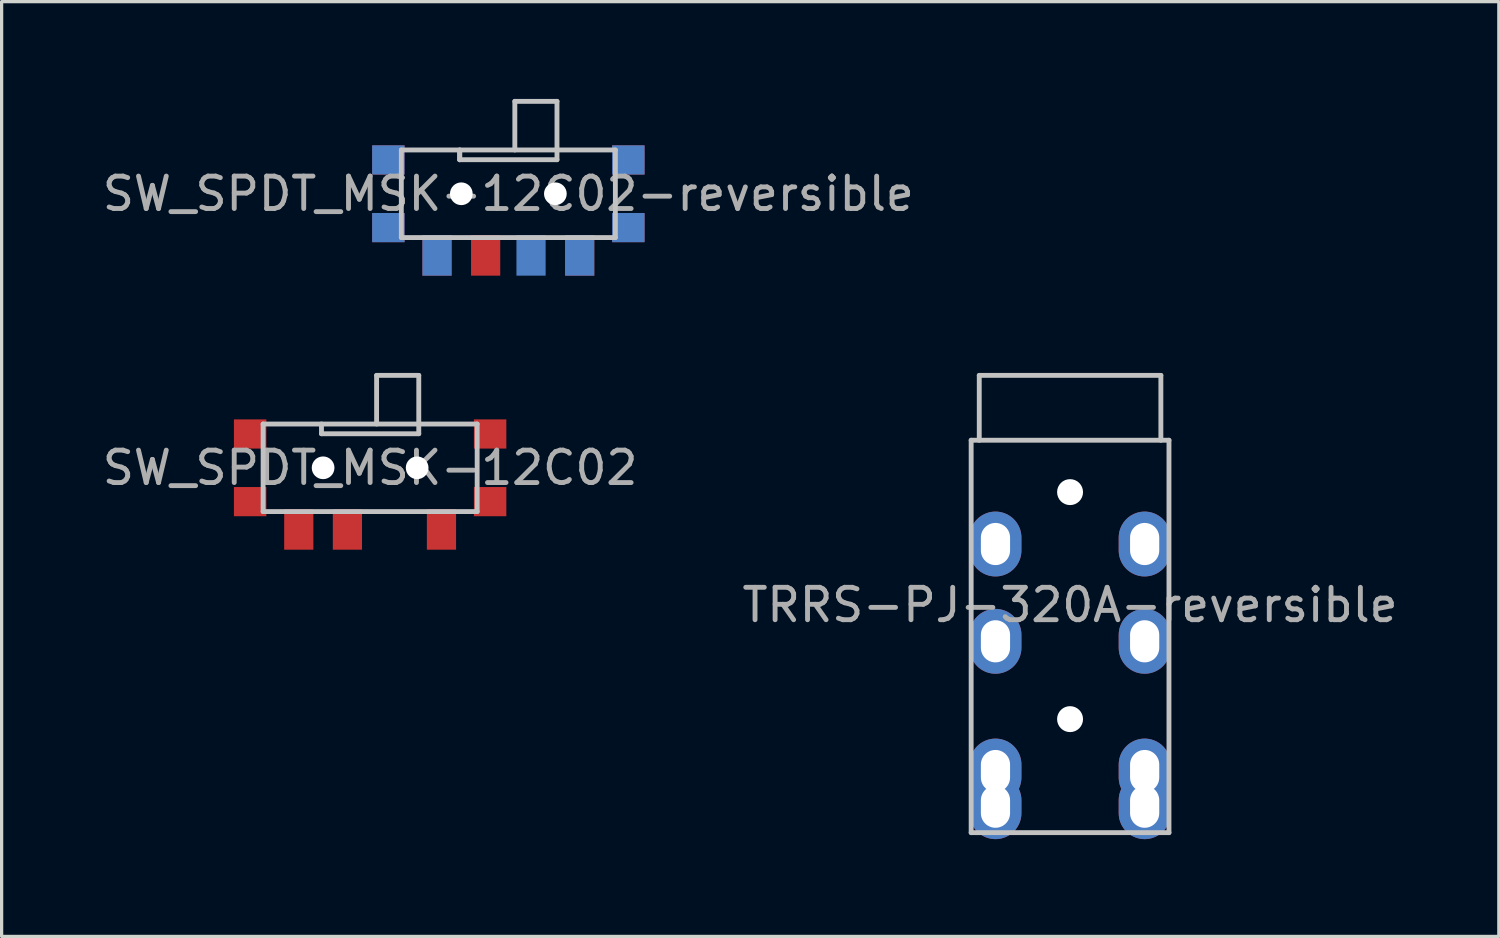
<source format=kicad_pcb>
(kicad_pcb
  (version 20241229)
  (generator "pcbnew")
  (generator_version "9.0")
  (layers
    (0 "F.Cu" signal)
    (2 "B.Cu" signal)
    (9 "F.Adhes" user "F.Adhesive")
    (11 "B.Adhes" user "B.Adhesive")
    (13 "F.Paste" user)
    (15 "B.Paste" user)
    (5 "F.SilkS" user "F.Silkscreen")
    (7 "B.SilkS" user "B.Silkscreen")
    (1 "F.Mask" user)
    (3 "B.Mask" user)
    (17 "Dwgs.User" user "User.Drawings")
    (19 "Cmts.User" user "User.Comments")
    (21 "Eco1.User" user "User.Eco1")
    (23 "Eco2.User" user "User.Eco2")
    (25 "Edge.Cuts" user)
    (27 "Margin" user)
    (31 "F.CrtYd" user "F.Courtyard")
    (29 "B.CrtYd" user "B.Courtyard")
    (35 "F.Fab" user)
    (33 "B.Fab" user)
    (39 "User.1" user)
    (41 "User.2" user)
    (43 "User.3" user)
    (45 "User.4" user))
  (footprint "SW_SPDT_MSK-12C02-reversible"
    (layer "F.Cu")
    (at 12.625 2.925)
    (property "Reference" "SW_SPDT_MSK-12C02-reversible" (at 0 0 0) (layer "F.Fab") (effects (font (size 1 1) (thickness 0.15))))
    (attr smd)
    (fp_line (start -3.3 -1.35) (end -3.3 1.35) (stroke (width 0.15) (type solid)) (layer "Dwgs.User"))
    (fp_line (start -3.3 -1.35) (end 3.3 -1.35) (stroke (width 0.15) (type solid)) (layer "Dwgs.User"))
    (fp_line (start -3.3 1.35) (end 3.3 1.35) (stroke (width 0.15) (type solid)) (layer "Dwgs.User"))
    (fp_line (start -1.5 -1.05) (end -1.5 -1.35) (stroke (width 0.15) (type solid)) (layer "Dwgs.User"))
    (fp_line (start -1.5 -1.05) (end -1.5 -1.35) (stroke (width 0.15) (type solid)) (layer "Dwgs.User"))
    (fp_line (start 0.2 -2.85) (end 1.5 -2.85) (stroke (width 0.15) (type solid)) (layer "Dwgs.User"))
    (fp_line (start 0.2 -1.35) (end 0.2 -2.85) (stroke (width 0.15) (type solid)) (layer "Dwgs.User"))
    (fp_line (start 1.5 -2.85) (end 1.5 -1.35) (stroke (width 0.15) (type solid)) (layer "Dwgs.User"))
    (fp_line (start 1.5 -1.05) (end -1.5 -1.05) (stroke (width 0.15) (type solid)) (layer "Dwgs.User"))
    (fp_line (start 1.5 -1.05) (end 1.5 -1.35) (stroke (width 0.15) (type solid)) (layer "Dwgs.User"))
    (fp_line (start 3.3 -1.35) (end 3.3 1.35) (stroke (width 0.15) (type solid)) (layer "Dwgs.User"))
    (pad "" smd rect (at -3.7 -1.043) (size 1 0.9) (layers "F.Cu" "F.Mask"))
    (pad "" smd rect (at -3.7 -1.043) (size 1 0.9) (layers "B.Cu" "B.Mask"))
    (pad "" smd rect (at -3.7 1.043) (size 1 0.9) (layers "F.Cu" "F.Mask"))
    (pad "" smd rect (at -3.7 1.043) (size 1 0.9) (layers "B.Cu" "B.Mask"))
    (pad "" np_thru_hole circle (at -1.45 0 270) (size 0.7 0.7) (drill 0.7) (layers "*.Cu" "*.Mask"))
    (pad "" np_thru_hole circle (at 1.45 0 270) (size 0.7 0.7) (drill 0.7) (layers "*.Cu" "*.Mask"))
    (pad "" smd rect (at 3.7 -1.043) (size 1 0.9) (layers "F.Cu" "F.Mask"))
    (pad "" smd rect (at 3.7 -1.043) (size 1 0.9) (layers "B.Cu" "B.Mask"))
    (pad "" smd rect (at 3.7 1.043) (size 1 0.9) (layers "F.Cu" "F.Mask"))
    (pad "" smd rect (at 3.7 1.043) (size 1 0.9) (layers "B.Cu" "B.Mask"))
    (pad "1" smd rect (at -2.2 1.9 270) (size 1.25 0.9) (layers "B.Cu" "B.Mask"))
    (pad "1" smd rect (at 2.2 1.9 90) (size 1.25 0.9) (layers "F.Cu" "F.Mask"))
    (pad "2" smd rect (at -0.7 1.9 90) (size 1.25 0.9) (layers "F.Cu" "F.Mask"))
    (pad "2" smd rect (at 0.7 1.9 270) (size 1.25 0.9) (layers "B.Cu" "B.Mask"))
    (pad "3" smd rect (at -2.2 1.9 90) (size 1.25 0.9) (layers "F.Cu" "F.Mask"))
    (pad "3" smd rect (at 2.2 1.9 270) (size 1.25 0.9) (layers "B.Cu" "B.Mask")))
  (footprint "SW_SPDT_MSK-12C02"
    (layer "F.Cu")
    (at 8.363 11.375)
    (property "Reference" "SW_SPDT_MSK-12C02" (at 0 0 0) (layer "F.Fab") (effects (font (size 1 1) (thickness 0.15))))
    (attr smd)
    (fp_line (start -3.3 -1.35) (end -3.3 1.35) (stroke (width 0.15) (type solid)) (layer "Dwgs.User"))
    (fp_line (start -1.5 -1.05) (end -1.5 -1.35) (stroke (width 0.15) (type solid)) (layer "Dwgs.User"))
    (fp_line (start -1.5 -1.05) (end 1.5 -1.05) (stroke (width 0.15) (type solid)) (layer "Dwgs.User"))
    (fp_line (start 0.2 -2.85) (end 1.5 -2.85) (stroke (width 0.15) (type solid)) (layer "Dwgs.User"))
    (fp_line (start 0.2 -1.35) (end 0.2 -2.85) (stroke (width 0.15) (type solid)) (layer "Dwgs.User"))
    (fp_line (start 1.5 -2.85) (end 1.5 -1.35) (stroke (width 0.15) (type solid)) (layer "Dwgs.User"))
    (fp_line (start 1.5 -1.05) (end 1.5 -1.35) (stroke (width 0.15) (type solid)) (layer "Dwgs.User"))
    (fp_line (start 3.3 -1.35) (end -3.3 -1.35) (stroke (width 0.15) (type solid)) (layer "Dwgs.User"))
    (fp_line (start 3.3 -1.35) (end 3.3 1.35) (stroke (width 0.15) (type solid)) (layer "Dwgs.User"))
    (fp_line (start 3.3 1.35) (end -3.3 1.35) (stroke (width 0.15) (type solid)) (layer "Dwgs.User"))
    (pad "" smd rect (at -3.7 -1.043) (size 1 0.9) (layers "F.Cu" "F.Mask"))
    (pad "" smd rect (at -3.7 1.043) (size 1 0.9) (layers "F.Cu" "F.Mask"))
    (pad "" np_thru_hole circle (at -1.45 0 90) (size 0.7 0.7) (drill 0.7) (layers "*.Cu" "*.Mask"))
    (pad "" np_thru_hole circle (at 1.45 0 90) (size 0.7 0.7) (drill 0.7) (layers "*.Cu" "*.Mask"))
    (pad "" smd rect (at 3.7 -1.043) (size 1 0.9) (layers "F.Cu" "F.Mask"))
    (pad "" smd rect (at 3.7 1.043) (size 1 0.9) (layers "F.Cu" "F.Mask"))
    (pad "1" smd rect (at 2.2 1.9 90) (size 1.25 0.9) (layers "F.Cu" "F.Mask"))
    (pad "2" smd rect (at -0.7 1.9 90) (size 1.25 0.9) (layers "F.Cu" "F.Mask"))
    (pad "3" smd rect (at -2.2 1.9 90) (size 1.25 0.9) (layers "F.Cu" "F.Mask")))
  (footprint "TRRS-PJ-320A-reversible"
    (layer "F.Cu")
    (at 29.946 10.525)
    (property "Reference" "TRRS-PJ-320A-reversible" (at 0 5.08 0) (layer "F.Fab") (effects (font (size 1 1) (thickness 0.15))))
    (attr through_hole)
    (fp_line (start -3.05 0) (end -3.05 12.1) (stroke (width 0.15) (type solid)) (layer "Dwgs.User"))
    (fp_line (start -2.8 0) (end -2.8 -2) (stroke (width 0.15) (type solid)) (layer "Dwgs.User"))
    (fp_line (start 2.8 -2) (end -2.8 -2) (stroke (width 0.15) (type solid)) (layer "Dwgs.User"))
    (fp_line (start 2.8 0) (end 2.8 -2) (stroke (width 0.15) (type solid)) (layer "Dwgs.User"))
    (fp_line (start 3.05 0) (end -3.05 0) (stroke (width 0.15) (type solid)) (layer "Dwgs.User"))
    (fp_line (start 3.05 0) (end 3.05 12.1) (stroke (width 0.15) (type solid)) (layer "Dwgs.User"))
    (fp_line (start 3.05 12.1) (end -3.05 12.1) (stroke (width 0.15) (type solid)) (layer "Dwgs.User"))
    (pad "" np_thru_hole circle (at 0 1.6) (size 0.8 0.8) (drill 0.8) (layers "*.Cu" "*.Mask"))
    (pad "" np_thru_hole circle (at 0 8.6) (size 0.8 0.8) (drill 0.8) (layers "*.Cu" "*.Mask"))
    (pad "R1" thru_hole oval (at -2.3 6.2) (size 1.6 2) (drill oval 0.9 1.3) (layers "*.Cu" "*.Mask"))
    (pad "R1" thru_hole oval (at 2.3 6.2) (size 1.6 2) (drill oval 0.9 1.3) (layers "*.Cu" "*.Mask"))
    (pad "R2" thru_hole oval (at -2.3 3.2) (size 1.6 2) (drill oval 0.9 1.3) (layers "*.Cu" "*.Mask"))
    (pad "R2" thru_hole oval (at 2.3 3.2) (size 1.6 2) (drill oval 0.9 1.3) (layers "*.Cu" "*.Mask"))
    (pad "S" thru_hole oval (at -2.3 11.3) (size 1.6 2) (drill oval 0.9 1.3) (layers "*.Cu" "*.Mask"))
    (pad "S" thru_hole oval (at 2.3 11.3) (size 1.6 2) (drill oval 0.9 1.3) (layers "*.Cu" "*.Mask"))
    (pad "T" thru_hole oval (at -2.3 10.2) (size 1.6 2) (drill oval 0.9 1.3) (layers "*.Cu" "*.Mask"))
    (pad "T" thru_hole oval (at 2.3 10.2) (size 1.6 2) (drill oval 0.9 1.3) (layers "*.Cu" "*.Mask")))
  (gr_rect
    (start -3 -3)
    (end 43.167 25.825)
    (stroke (width 0.1) (type default))
    (fill no)
    (layer "Edge.Cuts")))
</source>
